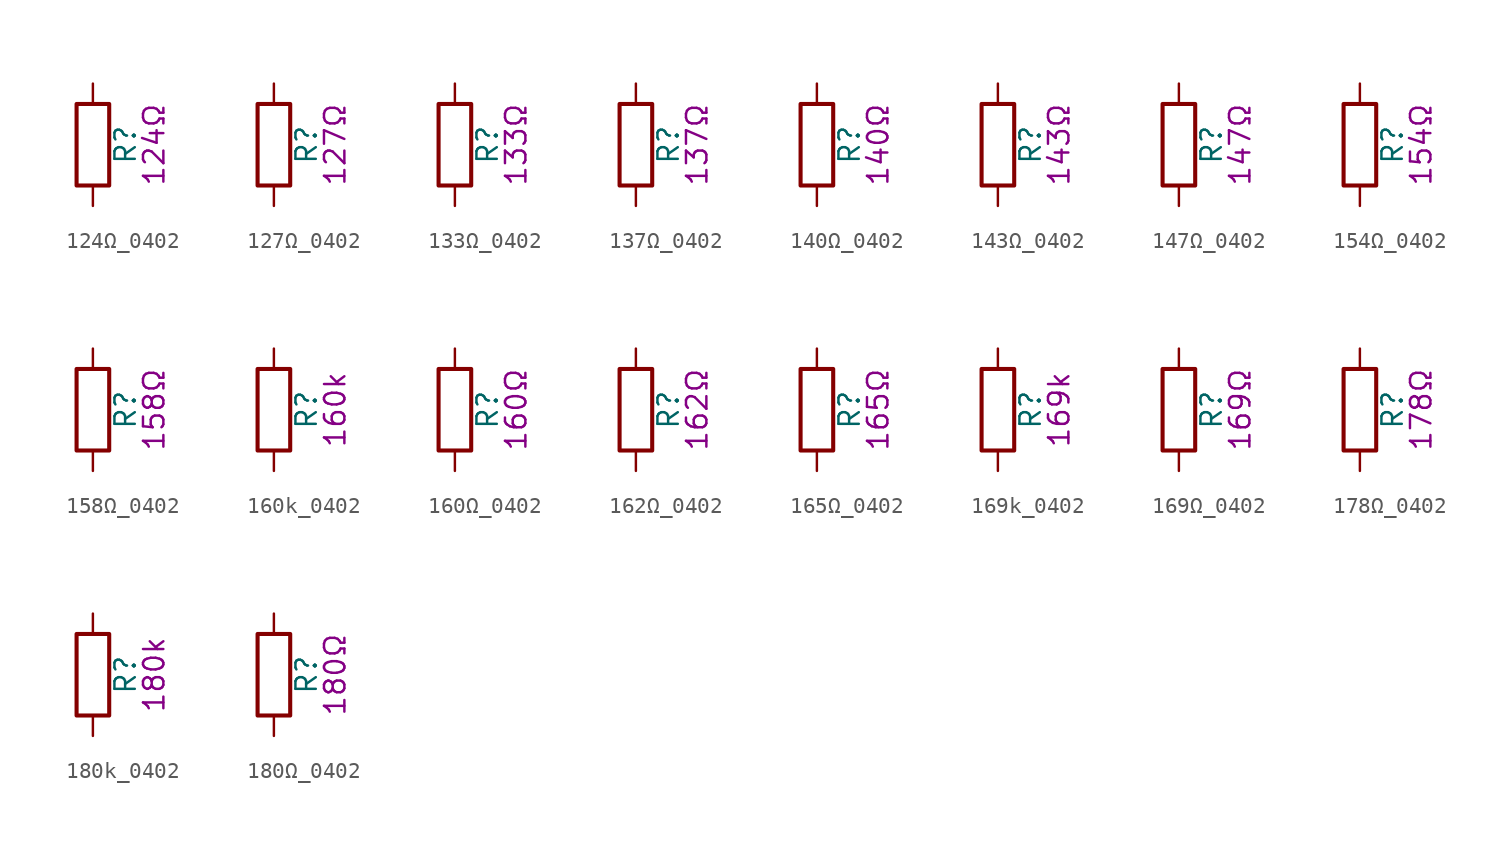
<source format=kicad_sym>
(kicad_symbol_lib
  (version 20211014)
  (generator kicad_symbol_editor)
  (symbol "124Ω_0402"
    (pin_numbers hide)
    (pin_names
      (offset 0))
    (property "Reference" "R"
      (at 2.032 0 90)
      (effects (font (size 1.27 1.27))))
    (property "Display" "124Ω"
      (at 3.81 0 90)
      (effects (font (size 1.27 1.27))))
    (symbol "124Ω_0402_0_1"
      (rectangle (start -1.016 -2.54) (end 1.016 2.54) (stroke (width 0.254) (type default) (color 0 0 0 0)) (fill (type none))))
    (symbol "124Ω_0402_1_1"
      (pin passive line (at 0 3.81 270) (length 1.27) (name "~" (effects (font (size 1.27 1.27)))) (number "1" (effects (font (size 1.27 1.27)))))
      (pin passive line (at 0 -3.81 90) (length 1.27) (name "~" (effects (font (size 1.27 1.27)))) (number "2" (effects (font (size 1.27 1.27)))))))
  (symbol "127Ω_0402"
    (pin_numbers hide)
    (pin_names
      (offset 0))
    (property "Reference" "R"
      (at 2.032 0 90)
      (effects (font (size 1.27 1.27))))
    (property "Display" "127Ω"
      (at 3.81 0 90)
      (effects (font (size 1.27 1.27))))
    (symbol "127Ω_0402_0_1"
      (rectangle (start -1.016 -2.54) (end 1.016 2.54) (stroke (width 0.254) (type default) (color 0 0 0 0)) (fill (type none))))
    (symbol "127Ω_0402_1_1"
      (pin passive line (at 0 3.81 270) (length 1.27) (name "~" (effects (font (size 1.27 1.27)))) (number "1" (effects (font (size 1.27 1.27)))))
      (pin passive line (at 0 -3.81 90) (length 1.27) (name "~" (effects (font (size 1.27 1.27)))) (number "2" (effects (font (size 1.27 1.27)))))))
  (symbol "133Ω_0402"
    (pin_numbers hide)
    (pin_names
      (offset 0))
    (property "Reference" "R"
      (at 2.032 0 90)
      (effects (font (size 1.27 1.27))))
    (property "Display" "133Ω"
      (at 3.81 0 90)
      (effects (font (size 1.27 1.27))))
    (symbol "133Ω_0402_0_1"
      (rectangle (start -1.016 -2.54) (end 1.016 2.54) (stroke (width 0.254) (type default) (color 0 0 0 0)) (fill (type none))))
    (symbol "133Ω_0402_1_1"
      (pin passive line (at 0 3.81 270) (length 1.27) (name "~" (effects (font (size 1.27 1.27)))) (number "1" (effects (font (size 1.27 1.27)))))
      (pin passive line (at 0 -3.81 90) (length 1.27) (name "~" (effects (font (size 1.27 1.27)))) (number "2" (effects (font (size 1.27 1.27)))))))
  (symbol "137Ω_0402"
    (pin_numbers hide)
    (pin_names
      (offset 0))
    (property "Reference" "R"
      (at 2.032 0 90)
      (effects (font (size 1.27 1.27))))
    (property "Display" "137Ω"
      (at 3.81 0 90)
      (effects (font (size 1.27 1.27))))
    (symbol "137Ω_0402_0_1"
      (rectangle (start -1.016 -2.54) (end 1.016 2.54) (stroke (width 0.254) (type default) (color 0 0 0 0)) (fill (type none))))
    (symbol "137Ω_0402_1_1"
      (pin passive line (at 0 3.81 270) (length 1.27) (name "~" (effects (font (size 1.27 1.27)))) (number "1" (effects (font (size 1.27 1.27)))))
      (pin passive line (at 0 -3.81 90) (length 1.27) (name "~" (effects (font (size 1.27 1.27)))) (number "2" (effects (font (size 1.27 1.27)))))))
  (symbol "140Ω_0402"
    (pin_numbers hide)
    (pin_names
      (offset 0))
    (property "Reference" "R"
      (at 2.032 0 90)
      (effects (font (size 1.27 1.27))))
    (property "Display" "140Ω"
      (at 3.81 0 90)
      (effects (font (size 1.27 1.27))))
    (symbol "140Ω_0402_0_1"
      (rectangle (start -1.016 -2.54) (end 1.016 2.54) (stroke (width 0.254) (type default) (color 0 0 0 0)) (fill (type none))))
    (symbol "140Ω_0402_1_1"
      (pin passive line (at 0 3.81 270) (length 1.27) (name "~" (effects (font (size 1.27 1.27)))) (number "1" (effects (font (size 1.27 1.27)))))
      (pin passive line (at 0 -3.81 90) (length 1.27) (name "~" (effects (font (size 1.27 1.27)))) (number "2" (effects (font (size 1.27 1.27)))))))
  (symbol "143Ω_0402"
    (pin_numbers hide)
    (pin_names
      (offset 0))
    (property "Reference" "R"
      (at 2.032 0 90)
      (effects (font (size 1.27 1.27))))
    (property "Display" "143Ω"
      (at 3.81 0 90)
      (effects (font (size 1.27 1.27))))
    (symbol "143Ω_0402_0_1"
      (rectangle (start -1.016 -2.54) (end 1.016 2.54) (stroke (width 0.254) (type default) (color 0 0 0 0)) (fill (type none))))
    (symbol "143Ω_0402_1_1"
      (pin passive line (at 0 3.81 270) (length 1.27) (name "~" (effects (font (size 1.27 1.27)))) (number "1" (effects (font (size 1.27 1.27)))))
      (pin passive line (at 0 -3.81 90) (length 1.27) (name "~" (effects (font (size 1.27 1.27)))) (number "2" (effects (font (size 1.27 1.27)))))))
  (symbol "147Ω_0402"
    (pin_numbers hide)
    (pin_names
      (offset 0))
    (property "Reference" "R"
      (at 2.032 0 90)
      (effects (font (size 1.27 1.27))))
    (property "Display" "147Ω"
      (at 3.81 0 90)
      (effects (font (size 1.27 1.27))))
    (symbol "147Ω_0402_0_1"
      (rectangle (start -1.016 -2.54) (end 1.016 2.54) (stroke (width 0.254) (type default) (color 0 0 0 0)) (fill (type none))))
    (symbol "147Ω_0402_1_1"
      (pin passive line (at 0 3.81 270) (length 1.27) (name "~" (effects (font (size 1.27 1.27)))) (number "1" (effects (font (size 1.27 1.27)))))
      (pin passive line (at 0 -3.81 90) (length 1.27) (name "~" (effects (font (size 1.27 1.27)))) (number "2" (effects (font (size 1.27 1.27)))))))
  (symbol "154Ω_0402"
    (pin_numbers hide)
    (pin_names
      (offset 0))
    (property "Reference" "R"
      (at 2.032 0 90)
      (effects (font (size 1.27 1.27))))
    (property "Display" "154Ω"
      (at 3.81 0 90)
      (effects (font (size 1.27 1.27))))
    (symbol "154Ω_0402_0_1"
      (rectangle (start -1.016 -2.54) (end 1.016 2.54) (stroke (width 0.254) (type default) (color 0 0 0 0)) (fill (type none))))
    (symbol "154Ω_0402_1_1"
      (pin passive line (at 0 3.81 270) (length 1.27) (name "~" (effects (font (size 1.27 1.27)))) (number "1" (effects (font (size 1.27 1.27)))))
      (pin passive line (at 0 -3.81 90) (length 1.27) (name "~" (effects (font (size 1.27 1.27)))) (number "2" (effects (font (size 1.27 1.27)))))))
  (symbol "158Ω_0402"
    (pin_numbers hide)
    (pin_names
      (offset 0))
    (property "Reference" "R"
      (at 2.032 0 90)
      (effects (font (size 1.27 1.27))))
    (property "Display" "158Ω"
      (at 3.81 0 90)
      (effects (font (size 1.27 1.27))))
    (symbol "158Ω_0402_0_1"
      (rectangle (start -1.016 -2.54) (end 1.016 2.54) (stroke (width 0.254) (type default) (color 0 0 0 0)) (fill (type none))))
    (symbol "158Ω_0402_1_1"
      (pin passive line (at 0 3.81 270) (length 1.27) (name "~" (effects (font (size 1.27 1.27)))) (number "1" (effects (font (size 1.27 1.27)))))
      (pin passive line (at 0 -3.81 90) (length 1.27) (name "~" (effects (font (size 1.27 1.27)))) (number "2" (effects (font (size 1.27 1.27)))))))
  (symbol "160k_0402"
    (pin_numbers hide)
    (pin_names
      (offset 0))
    (property "Reference" "R"
      (at 2.032 0 90)
      (effects (font (size 1.27 1.27))))
    (property "Display" "160k"
      (at 3.81 0 90)
      (effects (font (size 1.27 1.27))))
    (symbol "160k_0402_0_1"
      (rectangle (start -1.016 -2.54) (end 1.016 2.54) (stroke (width 0.254) (type default) (color 0 0 0 0)) (fill (type none))))
    (symbol "160k_0402_1_1"
      (pin passive line (at 0 3.81 270) (length 1.27) (name "~" (effects (font (size 1.27 1.27)))) (number "1" (effects (font (size 1.27 1.27)))))
      (pin passive line (at 0 -3.81 90) (length 1.27) (name "~" (effects (font (size 1.27 1.27)))) (number "2" (effects (font (size 1.27 1.27)))))))
  (symbol "160Ω_0402"
    (pin_numbers hide)
    (pin_names
      (offset 0))
    (property "Reference" "R"
      (at 2.032 0 90)
      (effects (font (size 1.27 1.27))))
    (property "Display" "160Ω"
      (at 3.81 0 90)
      (effects (font (size 1.27 1.27))))
    (symbol "160Ω_0402_0_1"
      (rectangle (start -1.016 -2.54) (end 1.016 2.54) (stroke (width 0.254) (type default) (color 0 0 0 0)) (fill (type none))))
    (symbol "160Ω_0402_1_1"
      (pin passive line (at 0 3.81 270) (length 1.27) (name "~" (effects (font (size 1.27 1.27)))) (number "1" (effects (font (size 1.27 1.27)))))
      (pin passive line (at 0 -3.81 90) (length 1.27) (name "~" (effects (font (size 1.27 1.27)))) (number "2" (effects (font (size 1.27 1.27)))))))
  (symbol "162Ω_0402"
    (pin_numbers hide)
    (pin_names
      (offset 0))
    (property "Reference" "R"
      (at 2.032 0 90)
      (effects (font (size 1.27 1.27))))
    (property "Display" "162Ω"
      (at 3.81 0 90)
      (effects (font (size 1.27 1.27))))
    (symbol "162Ω_0402_0_1"
      (rectangle (start -1.016 -2.54) (end 1.016 2.54) (stroke (width 0.254) (type default) (color 0 0 0 0)) (fill (type none))))
    (symbol "162Ω_0402_1_1"
      (pin passive line (at 0 3.81 270) (length 1.27) (name "~" (effects (font (size 1.27 1.27)))) (number "1" (effects (font (size 1.27 1.27)))))
      (pin passive line (at 0 -3.81 90) (length 1.27) (name "~" (effects (font (size 1.27 1.27)))) (number "2" (effects (font (size 1.27 1.27)))))))
  (symbol "165Ω_0402"
    (pin_numbers hide)
    (pin_names
      (offset 0))
    (property "Reference" "R"
      (at 2.032 0 90)
      (effects (font (size 1.27 1.27))))
    (property "Display" "165Ω"
      (at 3.81 0 90)
      (effects (font (size 1.27 1.27))))
    (symbol "165Ω_0402_0_1"
      (rectangle (start -1.016 -2.54) (end 1.016 2.54) (stroke (width 0.254) (type default) (color 0 0 0 0)) (fill (type none))))
    (symbol "165Ω_0402_1_1"
      (pin passive line (at 0 3.81 270) (length 1.27) (name "~" (effects (font (size 1.27 1.27)))) (number "1" (effects (font (size 1.27 1.27)))))
      (pin passive line (at 0 -3.81 90) (length 1.27) (name "~" (effects (font (size 1.27 1.27)))) (number "2" (effects (font (size 1.27 1.27)))))))
  (symbol "169k_0402"
    (pin_numbers hide)
    (pin_names
      (offset 0))
    (property "Reference" "R"
      (at 2.032 0 90)
      (effects (font (size 1.27 1.27))))
    (property "Display" "169k"
      (at 3.81 0 90)
      (effects (font (size 1.27 1.27))))
    (symbol "169k_0402_0_1"
      (rectangle (start -1.016 -2.54) (end 1.016 2.54) (stroke (width 0.254) (type default) (color 0 0 0 0)) (fill (type none))))
    (symbol "169k_0402_1_1"
      (pin passive line (at 0 3.81 270) (length 1.27) (name "~" (effects (font (size 1.27 1.27)))) (number "1" (effects (font (size 1.27 1.27)))))
      (pin passive line (at 0 -3.81 90) (length 1.27) (name "~" (effects (font (size 1.27 1.27)))) (number "2" (effects (font (size 1.27 1.27)))))))
  (symbol "169Ω_0402"
    (pin_numbers hide)
    (pin_names
      (offset 0))
    (property "Reference" "R"
      (at 2.032 0 90)
      (effects (font (size 1.27 1.27))))
    (property "Display" "169Ω"
      (at 3.81 0 90)
      (effects (font (size 1.27 1.27))))
    (symbol "169Ω_0402_0_1"
      (rectangle (start -1.016 -2.54) (end 1.016 2.54) (stroke (width 0.254) (type default) (color 0 0 0 0)) (fill (type none))))
    (symbol "169Ω_0402_1_1"
      (pin passive line (at 0 3.81 270) (length 1.27) (name "~" (effects (font (size 1.27 1.27)))) (number "1" (effects (font (size 1.27 1.27)))))
      (pin passive line (at 0 -3.81 90) (length 1.27) (name "~" (effects (font (size 1.27 1.27)))) (number "2" (effects (font (size 1.27 1.27)))))))
  (symbol "178Ω_0402"
    (pin_numbers hide)
    (pin_names
      (offset 0))
    (property "Reference" "R"
      (at 2.032 0 90)
      (effects (font (size 1.27 1.27))))
    (property "Display" "178Ω"
      (at 3.81 0 90)
      (effects (font (size 1.27 1.27))))
    (symbol "178Ω_0402_0_1"
      (rectangle (start -1.016 -2.54) (end 1.016 2.54) (stroke (width 0.254) (type default) (color 0 0 0 0)) (fill (type none))))
    (symbol "178Ω_0402_1_1"
      (pin passive line (at 0 3.81 270) (length 1.27) (name "~" (effects (font (size 1.27 1.27)))) (number "1" (effects (font (size 1.27 1.27)))))
      (pin passive line (at 0 -3.81 90) (length 1.27) (name "~" (effects (font (size 1.27 1.27)))) (number "2" (effects (font (size 1.27 1.27)))))))
  (symbol "180k_0402"
    (pin_numbers hide)
    (pin_names
      (offset 0))
    (property "Reference" "R"
      (at 2.032 0 90)
      (effects (font (size 1.27 1.27))))
    (property "Display" "180k"
      (at 3.81 0 90)
      (effects (font (size 1.27 1.27))))
    (symbol "180k_0402_0_1"
      (rectangle (start -1.016 -2.54) (end 1.016 2.54) (stroke (width 0.254) (type default) (color 0 0 0 0)) (fill (type none))))
    (symbol "180k_0402_1_1"
      (pin passive line (at 0 3.81 270) (length 1.27) (name "~" (effects (font (size 1.27 1.27)))) (number "1" (effects (font (size 1.27 1.27)))))
      (pin passive line (at 0 -3.81 90) (length 1.27) (name "~" (effects (font (size 1.27 1.27)))) (number "2" (effects (font (size 1.27 1.27)))))))
  (symbol "180Ω_0402"
    (pin_numbers hide)
    (pin_names
      (offset 0))
    (property "Reference" "R"
      (at 2.032 0 90)
      (effects (font (size 1.27 1.27))))
    (property "Display" "180Ω"
      (at 3.81 0 90)
      (effects (font (size 1.27 1.27))))
    (symbol "180Ω_0402_0_1"
      (rectangle (start -1.016 -2.54) (end 1.016 2.54) (stroke (width 0.254) (type default) (color 0 0 0 0)) (fill (type none))))
    (symbol "180Ω_0402_1_1"
      (pin passive line (at 0 3.81 270) (length 1.27) (name "~" (effects (font (size 1.27 1.27)))) (number "1" (effects (font (size 1.27 1.27)))))
      (pin passive line (at 0 -3.81 90) (length 1.27) (name "~" (effects (font (size 1.27 1.27)))) (number "2" (effects (font (size 1.27 1.27))))))))
</source>
